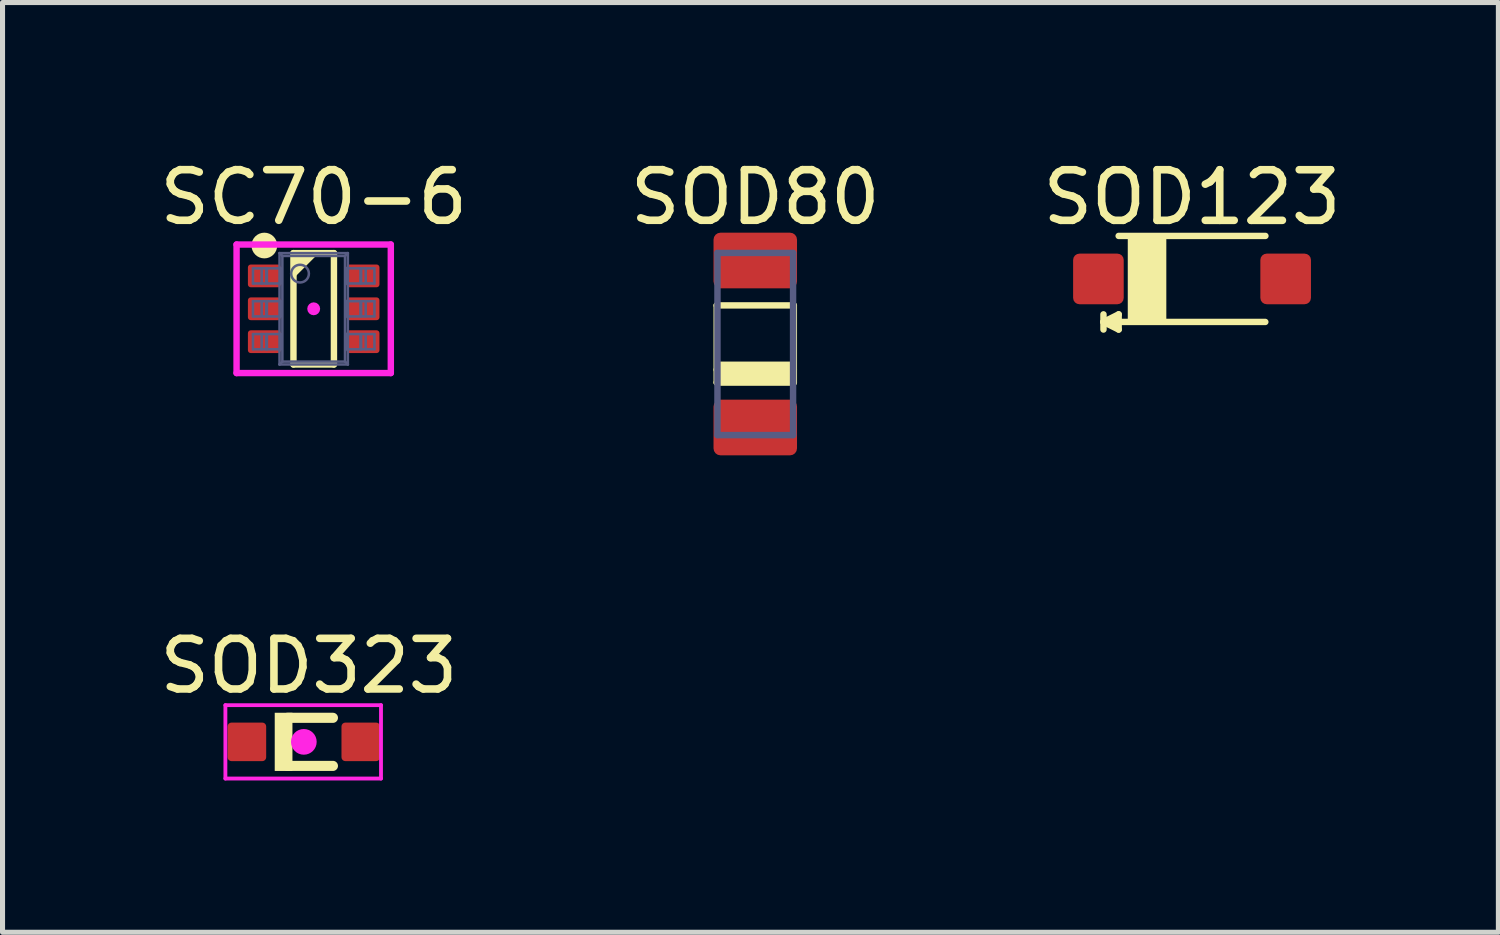
<source format=kicad_pcb>
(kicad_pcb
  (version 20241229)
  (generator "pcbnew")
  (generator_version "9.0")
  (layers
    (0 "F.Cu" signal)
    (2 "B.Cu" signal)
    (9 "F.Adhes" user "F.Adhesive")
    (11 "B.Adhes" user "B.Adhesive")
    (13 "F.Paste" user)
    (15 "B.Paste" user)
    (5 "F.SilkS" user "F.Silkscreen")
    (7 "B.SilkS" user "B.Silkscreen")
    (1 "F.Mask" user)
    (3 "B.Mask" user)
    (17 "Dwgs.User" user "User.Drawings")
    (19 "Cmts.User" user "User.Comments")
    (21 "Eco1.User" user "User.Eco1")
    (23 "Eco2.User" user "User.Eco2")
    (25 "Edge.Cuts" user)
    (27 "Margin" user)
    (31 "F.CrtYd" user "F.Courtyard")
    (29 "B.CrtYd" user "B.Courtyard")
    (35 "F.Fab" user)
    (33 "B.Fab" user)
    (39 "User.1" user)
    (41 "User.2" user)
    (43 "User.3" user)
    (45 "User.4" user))
  (footprint "SOD323"
    (layer "F.Cu")
    (at 2.954 11.61)
    (property "Reference" "SOD323" (at 0.1 -1.5 0) (layer "F.SilkS") (effects (font (size 1 1) (thickness 0.15))))
    (fp_line (start -0.325 -0.475) (end 0.575 -0.475) (stroke (width 0.2) (type solid)) (layer "F.SilkS"))
    (fp_line (start -0.325 0.475) (end 0.575 0.475) (stroke (width 0.2) (type solid)) (layer "F.SilkS"))
    (fp_poly (pts (xy -0.225 0.575) (xy -0.575 0.575) (xy -0.575 -0.575) (xy -0.225 -0.575)) (stroke (width 0) (type default)) (fill yes) (layer "F.SilkS"))
    (fp_line (start -1.55 -0.725) (end 1.525 -0.725) (stroke (width 0.076) (type solid)) (layer "F.CrtYd"))
    (fp_line (start -1.55 0.725) (end -1.55 -0.725) (stroke (width 0.076) (type solid)) (layer "F.CrtYd"))
    (fp_line (start -1.55 0.725) (end 1.525 0.725) (stroke (width 0.076) (type solid)) (layer "F.CrtYd"))
    (fp_line (start 1.525 0.725) (end 1.525 -0.725) (stroke (width 0.076) (type solid)) (layer "F.CrtYd"))
    (fp_circle (center 0 0) (end 0 -0.127) (stroke (width 0.254) (type solid)) (fill no) (layer "F.CrtYd"))
    (pad "A" smd roundrect (at 1.125 0) (size 0.762 0.762) (layers "F.Cu" "F.Mask" "F.Paste") (roundrect_rratio 0.1))
    (pad "K" smd roundrect (at -1.125 0) (size 0.762 0.762) (layers "F.Cu" "F.Mask" "F.Paste") (roundrect_rratio 0.1)))
  (footprint "SOD80"
    (layer "F.Cu")
    (at 11.875 3.748)
    (property "Reference" "SOD80" (at 0 -2.9 0) (layer "F.SilkS") (effects (font (size 1 1) (thickness 0.15))))
    (fp_line (start -0.762 -0.763) (end 0.762 -0.763) (stroke (width 0.127) (type solid)) (layer "F.SilkS"))
    (fp_line (start -0.762 0.508) (end 0.762 0.508) (stroke (width 0.127) (type solid)) (layer "F.SilkS"))
    (fp_line (start -0.762 0.762) (end -0.762 -0.763) (stroke (width 0.127) (type solid)) (layer "F.SilkS"))
    (fp_line (start -0.762 0.762) (end 0.762 0.762) (stroke (width 0.127) (type solid)) (layer "F.SilkS"))
    (fp_line (start 0.762 0.762) (end 0.762 -0.763) (stroke (width 0.127) (type solid)) (layer "F.SilkS"))
    (fp_rect (start -0.762 0.762) (end 0.762 0.347) (stroke (width 0) (type default)) (fill yes) (layer "F.SilkS"))
    (fp_line (start -1.1 -2.45) (end 1.1 -2.45) (stroke (width 0.127) (type solid)) (layer "Eco2.User"))
    (fp_line (start -1.1 2.45) (end -1.1 -2.45) (stroke (width 0.127) (type solid)) (layer "Eco2.User"))
    (fp_line (start -1.1 2.45) (end 1.1 2.45) (stroke (width 0.127) (type solid)) (layer "Eco2.User"))
    (fp_line (start 1.1 2.45) (end 1.1 -2.45) (stroke (width 0.127) (type solid)) (layer "Eco2.User"))
    (fp_circle (center 0 0) (end 0 -0.125) (stroke (width 0.25) (type solid)) (fill no) (layer "Eco2.User"))
    (fp_line (start -0.747 -1.8) (end 0.747 -1.8) (stroke (width 0.127) (type solid)) (layer "B.Fab"))
    (fp_line (start -0.747 1.8) (end -0.747 -1.8) (stroke (width 0.127) (type solid)) (layer "B.Fab"))
    (fp_line (start -0.747 1.8) (end 0.747 1.8) (stroke (width 0.127) (type solid)) (layer "B.Fab"))
    (fp_line (start 0.747 1.8) (end 0.747 -1.8) (stroke (width 0.127) (type solid)) (layer "B.Fab"))
    (pad "A" smd roundrect (at 0 -1.65 180) (size 1.65 1.1) (layers "F.Cu" "F.Mask" "F.Paste") (roundrect_rratio 0.125))
    (pad "K" smd roundrect (at 0 1.65 180) (size 1.65 1.1) (layers "F.Cu" "F.Mask" "F.Paste") (roundrect_rratio 0.125)))
  (footprint "SC70-6"
    (layer "F.Cu")
    (at 3.149 3.052)
    (property "Reference" "SC70-6" (at 0 -2.204 0) (layer "F.SilkS") (effects (font (size 1 1) (thickness 0.15))))
    (fp_line (start -0.4 -1.1) (end 0.4 -1.1) (stroke (width 0.127) (type solid)) (layer "F.SilkS"))
    (fp_line (start -0.4 1.1) (end -0.4 -1.1) (stroke (width 0.127) (type solid)) (layer "F.SilkS"))
    (fp_line (start -0.4 1.1) (end 0.4 1.1) (stroke (width 0.127) (type solid)) (layer "F.SilkS"))
    (fp_line (start 0.4 1.1) (end 0.4 -1.1) (stroke (width 0.127) (type solid)) (layer "F.SilkS"))
    (fp_circle (center -0.975 -1.25) (end -0.975 -1.377) (stroke (width 0.254) (type solid)) (fill no) (layer "F.SilkS"))
    (fp_poly (pts (xy 0.1 -1.1) (xy -0.4 -0.6) (xy -0.4 -1.1)) (stroke (width 0) (type default)) (fill yes) (layer "F.SilkS"))
    (fp_line (start -1.524 -1.27) (end 1.524 -1.27) (stroke (width 0.127) (type solid)) (layer "F.CrtYd"))
    (fp_line (start -1.524 1.27) (end -1.524 -1.27) (stroke (width 0.127) (type solid)) (layer "F.CrtYd"))
    (fp_line (start -1.524 1.27) (end 1.524 1.27) (stroke (width 0.127) (type solid)) (layer "F.CrtYd"))
    (fp_line (start 1.524 1.27) (end 1.524 -1.27) (stroke (width 0.127) (type solid)) (layer "F.CrtYd"))
    (fp_circle (center 0 0) (end 0 -0.064) (stroke (width 0.127) (type solid)) (fill no) (layer "F.CrtYd"))
    (fp_line (start -1.2 -0.8) (end -0.654 -0.8) (stroke (width 0.05) (type solid)) (layer "B.Fab"))
    (fp_line (start -1.2 -0.5) (end -1.2 -0.8) (stroke (width 0.05) (type solid)) (layer "B.Fab"))
    (fp_line (start -1.2 -0.5) (end -0.654 -0.5) (stroke (width 0.05) (type solid)) (layer "B.Fab"))
    (fp_line (start -1.2 -0.15) (end -0.654 -0.15) (stroke (width 0.05) (type solid)) (layer "B.Fab"))
    (fp_line (start -1.2 0.15) (end -1.2 -0.15) (stroke (width 0.05) (type solid)) (layer "B.Fab"))
    (fp_line (start -1.2 0.15) (end -0.654 0.15) (stroke (width 0.05) (type solid)) (layer "B.Fab"))
    (fp_line (start -1.2 0.5) (end -0.654 0.5) (stroke (width 0.05) (type solid)) (layer "B.Fab"))
    (fp_line (start -1.2 0.8) (end -1.2 0.5) (stroke (width 0.05) (type solid)) (layer "B.Fab"))
    (fp_line (start -1.2 0.8) (end -0.654 0.8) (stroke (width 0.05) (type solid)) (layer "B.Fab"))
    (fp_line (start -1.028 -0.5) (end -1.028 -0.8) (stroke (width 0.05) (type solid)) (layer "B.Fab"))
    (fp_line (start -1.028 0.15) (end -1.028 -0.15) (stroke (width 0.05) (type solid)) (layer "B.Fab"))
    (fp_line (start -1.028 0.8) (end -1.028 0.5) (stroke (width 0.05) (type solid)) (layer "B.Fab"))
    (fp_line (start -0.937 -0.5) (end -0.937 -0.8) (stroke (width 0.05) (type solid)) (layer "B.Fab"))
    (fp_line (start -0.937 0.15) (end -0.937 -0.15) (stroke (width 0.05) (type solid)) (layer "B.Fab"))
    (fp_line (start -0.937 0.8) (end -0.937 0.5) (stroke (width 0.05) (type solid)) (layer "B.Fab"))
    (fp_line (start -0.925 -0.5) (end -0.925 -0.8) (stroke (width 0.05) (type solid)) (layer "B.Fab"))
    (fp_line (start -0.925 0.15) (end -0.925 -0.15) (stroke (width 0.05) (type solid)) (layer "B.Fab"))
    (fp_line (start -0.925 0.8) (end -0.925 0.5) (stroke (width 0.05) (type solid)) (layer "B.Fab"))
    (fp_line (start -0.675 -1.1) (end -0.619 -1.044) (stroke (width 0.05) (type solid)) (layer "B.Fab"))
    (fp_line (start -0.675 -1.1) (end 0.675 -1.1) (stroke (width 0.05) (type solid)) (layer "B.Fab"))
    (fp_line (start -0.675 1.1) (end -0.675 -1.1) (stroke (width 0.05) (type solid)) (layer "B.Fab"))
    (fp_line (start -0.675 1.1) (end -0.619 1.044) (stroke (width 0.05) (type solid)) (layer "B.Fab"))
    (fp_line (start -0.675 1.1) (end 0.675 1.1) (stroke (width 0.05) (type solid)) (layer "B.Fab"))
    (fp_line (start -0.654 -0.5) (end -0.654 -0.8) (stroke (width 0.05) (type solid)) (layer "B.Fab"))
    (fp_line (start -0.654 0.15) (end -0.654 -0.15) (stroke (width 0.05) (type solid)) (layer "B.Fab"))
    (fp_line (start -0.654 0.8) (end -0.654 0.5) (stroke (width 0.05) (type solid)) (layer "B.Fab"))
    (fp_line (start -0.619 -1.044) (end 0.619 -1.044) (stroke (width 0.05) (type solid)) (layer "B.Fab"))
    (fp_line (start -0.619 1.044) (end -0.619 -1.044) (stroke (width 0.05) (type solid)) (layer "B.Fab"))
    (fp_line (start -0.619 1.044) (end 0.619 1.044) (stroke (width 0.05) (type solid)) (layer "B.Fab"))
    (fp_line (start 0.619 -1.044) (end 0.675 -1.1) (stroke (width 0.05) (type solid)) (layer "B.Fab"))
    (fp_line (start 0.619 1.044) (end 0.619 -1.044) (stroke (width 0.05) (type solid)) (layer "B.Fab"))
    (fp_line (start 0.619 1.044) (end 0.675 1.1) (stroke (width 0.05) (type solid)) (layer "B.Fab"))
    (fp_line (start 0.654 -0.8) (end 1.2 -0.8) (stroke (width 0.05) (type solid)) (layer "B.Fab"))
    (fp_line (start 0.654 -0.5) (end 0.654 -0.8) (stroke (width 0.05) (type solid)) (layer "B.Fab"))
    (fp_line (start 0.654 -0.5) (end 1.2 -0.5) (stroke (width 0.05) (type solid)) (layer "B.Fab"))
    (fp_line (start 0.654 -0.15) (end 1.2 -0.15) (stroke (width 0.05) (type solid)) (layer "B.Fab"))
    (fp_line (start 0.654 0.15) (end 0.654 -0.15) (stroke (width 0.05) (type solid)) (layer "B.Fab"))
    (fp_line (start 0.654 0.15) (end 1.2 0.15) (stroke (width 0.05) (type solid)) (layer "B.Fab"))
    (fp_line (start 0.654 0.5) (end 1.2 0.5) (stroke (width 0.05) (type solid)) (layer "B.Fab"))
    (fp_line (start 0.654 0.8) (end 0.654 0.5) (stroke (width 0.05) (type solid)) (layer "B.Fab"))
    (fp_line (start 0.654 0.8) (end 1.2 0.8) (stroke (width 0.05) (type solid)) (layer "B.Fab"))
    (fp_line (start 0.675 1.1) (end 0.675 -1.1) (stroke (width 0.05) (type solid)) (layer "B.Fab"))
    (fp_line (start 0.925 -0.5) (end 0.925 -0.8) (stroke (width 0.05) (type solid)) (layer "B.Fab"))
    (fp_line (start 0.925 0.15) (end 0.925 -0.15) (stroke (width 0.05) (type solid)) (layer "B.Fab"))
    (fp_line (start 0.925 0.8) (end 0.925 0.5) (stroke (width 0.05) (type solid)) (layer "B.Fab"))
    (fp_line (start 0.937 -0.5) (end 0.937 -0.8) (stroke (width 0.05) (type solid)) (layer "B.Fab"))
    (fp_line (start 0.937 0.15) (end 0.937 -0.15) (stroke (width 0.05) (type solid)) (layer "B.Fab"))
    (fp_line (start 0.937 0.8) (end 0.937 0.5) (stroke (width 0.05) (type solid)) (layer "B.Fab"))
    (fp_line (start 1.028 -0.8) (end 1.028 -0.5) (stroke (width 0.05) (type solid)) (layer "B.Fab"))
    (fp_line (start 1.028 0.15) (end 1.028 -0.15) (stroke (width 0.05) (type solid)) (layer "B.Fab"))
    (fp_line (start 1.028 0.8) (end 1.028 0.5) (stroke (width 0.05) (type solid)) (layer "B.Fab"))
    (fp_line (start 1.2 -0.5) (end 1.2 -0.8) (stroke (width 0.05) (type solid)) (layer "B.Fab"))
    (fp_line (start 1.2 0.15) (end 1.2 -0.15) (stroke (width 0.05) (type solid)) (layer "B.Fab"))
    (fp_line (start 1.2 0.8) (end 1.2 0.5) (stroke (width 0.05) (type solid)) (layer "B.Fab"))
    (fp_circle (center -0.27 -0.695) (end -0.27 -0.87) (stroke (width 0.05) (type solid)) (fill no) (layer "B.Fab"))
    (pad "1" smd roundrect (at -0.975 -0.65 270) (size 0.45 0.65) (layers "F.Cu" "F.Mask" "F.Paste") (roundrect_rratio 0.125))
    (pad "2" smd roundrect (at -0.975 0.00001 270) (size 0.45 0.65) (layers "F.Cu" "F.Mask" "F.Paste") (roundrect_rratio 0.125))
    (pad "3" smd roundrect (at -0.975 0.65 270) (size 0.45 0.65) (layers "F.Cu" "F.Mask" "F.Paste") (roundrect_rratio 0.125))
    (pad "4" smd roundrect (at 0.975 0.65 270) (size 0.45 0.65) (layers "F.Cu" "F.Mask" "F.Paste") (roundrect_rratio 0.125))
    (pad "5" smd roundrect (at 0.975 0 270) (size 0.45 0.65) (layers "F.Cu" "F.Mask" "F.Paste") (roundrect_rratio 0.125))
    (pad "6" smd roundrect (at 0.975 -0.65 270) (size 0.45 0.65) (layers "F.Cu" "F.Mask" "F.Paste") (roundrect_rratio 0.125)))
  (footprint "SOD123"
    (layer "F.Cu")
    (at 20.506 2.462)
    (property "Reference" "SOD123" (at 0 -1.613 0) (layer "F.SilkS") (effects (font (size 1 1) (thickness 0.15))))
    (fp_line (start -1.75 0.85) (end -1.45 0.7) (stroke (width 0.127) (type solid)) (layer "F.SilkS"))
    (fp_line (start -1.75 0.85) (end -1.45 0.85) (stroke (width 0.127) (type solid)) (layer "F.SilkS"))
    (fp_line (start -1.75 0.85) (end -1.45 1) (stroke (width 0.127) (type solid)) (layer "F.SilkS"))
    (fp_line (start -1.75 1) (end -1.75 0.7) (stroke (width 0.127) (type solid)) (layer "F.SilkS"))
    (fp_line (start -1.45 -0.85) (end 1.45 -0.85) (stroke (width 0.127) (type solid)) (layer "F.SilkS"))
    (fp_line (start -1.45 0.85) (end 1.448 0.85) (stroke (width 0.127) (type solid)) (layer "F.SilkS"))
    (fp_line (start -1.45 1) (end -1.45 0.7) (stroke (width 0.127) (type solid)) (layer "F.SilkS"))
    (fp_rect (start -1.27 0.889) (end -0.508 -0.889) (stroke (width 0) (type default)) (fill yes) (layer "F.SilkS"))
    (fp_line (start -2.625 -1) (end 2.625 -1) (stroke (width 0.076) (type solid)) (layer "Eco2.User"))
    (fp_line (start -2.625 1) (end -2.625 -1) (stroke (width 0.076) (type solid)) (layer "Eco2.User"))
    (fp_line (start -2.625 1) (end 2.625 1) (stroke (width 0.076) (type solid)) (layer "Eco2.User"))
    (fp_line (start 2.625 1) (end 2.625 -1) (stroke (width 0.076) (type solid)) (layer "Eco2.User"))
    (fp_circle (center 0 0) (end 0 -0.127) (stroke (width 0.254) (type solid)) (fill no) (layer "Eco2.User"))
    (pad "A" smd roundrect (at 1.85 0 270) (size 1 1) (layers "F.Cu" "F.Mask" "F.Paste") (roundrect_rratio 0.125))
    (pad "K" smd roundrect (at -1.85 0 270) (size 1 1) (layers "F.Cu" "F.Mask" "F.Paste") (roundrect_rratio 0.125)))
  (gr_rect
    (start -3 -3)
    (end 26.56 15.373)
    (stroke (width 0.1) (type default))
    (fill no)
    (layer "Edge.Cuts")))
</source>
